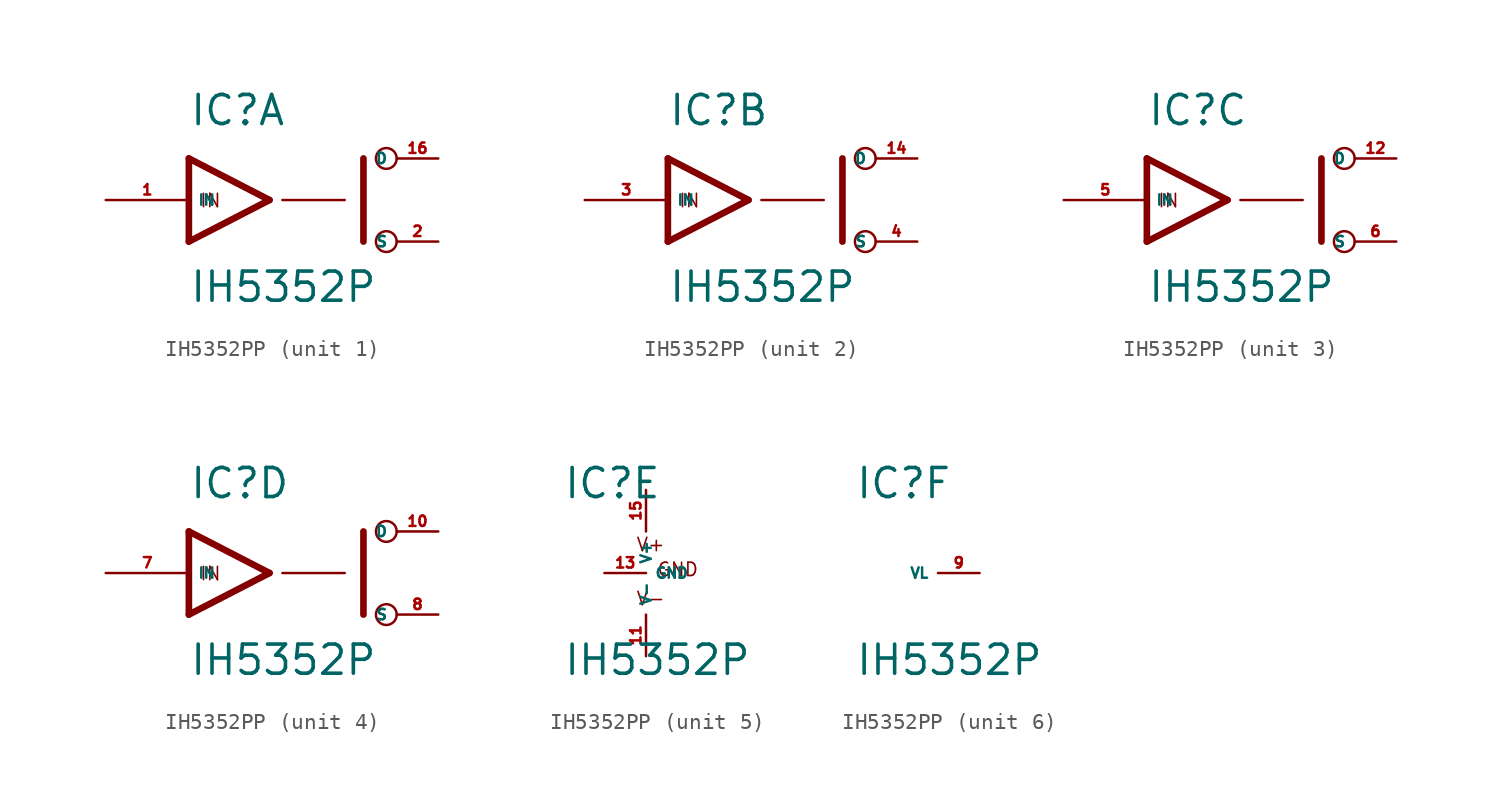
<source format=kicad_sym>
(kicad_symbol_lib
  (version 20220914)
  (generator Eagle2Kicad)
  (symbol "IH5352PP"
    (property "Reference" "IC"
      (at -5.08 4.445 0)
      (effects (font (size 1.778 1.778) (thickness 0.22)) (justify left bottom)))
    (property "Value" "IH5352P"
      (at -5.08 -6.35 0)
      (effects (font (size 1.778 1.778) (thickness 0.22)) (justify left bottom)))
    (symbol "IH5352PP_1_0"
      (polyline (pts (xy -0.152 0) (xy -5.08 2.54)) (stroke (width 0.406) (type default)) (fill (type none)))
      (polyline (pts (xy -5.08 -2.54) (xy -0.152 0)) (stroke (width 0.406) (type default)) (fill (type none)))
      (polyline (pts (xy -5.08 2.54) (xy -5.08 -2.54)) (stroke (width 0.406) (type default)) (fill (type none)))
      (polyline (pts (xy 5.588 -2.54) (xy 5.588 2.54)) (stroke (width 0.406) (type default)) (fill (type none)))
      (polyline (pts (xy 0.635 0) (xy 4.445 0)) (stroke (width 0.152) (type default)) (fill (type none)))
      (text "IN" (at -4.445 -0.508 0) (effects (font (size 0.813 0.813) (thickness 0.10)) (justify left bottom)))
      (circle (center 6.985 2.54) (radius 0.635) (stroke (width 0.152) (type default)) (fill (type none)))
      (circle (center 6.985 -2.54) (radius 0.635) (stroke (width 0.152) (type default)) (fill (type none)))
      (pin bidirectional line (at 10.16 2.54 180) (length 2.54) (name "D" (effects (font (size 0.635 0.635) (thickness 0.08)) (justify left bottom))) (number "16" (effects (font (size 0.635 0.635) (thickness 0.08)) (justify left bottom))))
      (pin input line (at -10.16 0 0) (length 5.08) (name "IN" (effects (font (size 0.635 0.635) (thickness 0.08)) (justify left bottom))) (number "1" (effects (font (size 0.635 0.635) (thickness 0.08)) (justify left bottom))))
      (pin bidirectional line (at 10.16 -2.54 180) (length 2.54) (name "S" (effects (font (size 0.635 0.635) (thickness 0.08)) (justify left bottom))) (number "2" (effects (font (size 0.635 0.635) (thickness 0.08)) (justify left bottom)))))
    (symbol "IH5352PP_2_0"
      (polyline (pts (xy -0.152 0) (xy -5.08 2.54)) (stroke (width 0.406) (type default)) (fill (type none)))
      (polyline (pts (xy -5.08 -2.54) (xy -0.152 0)) (stroke (width 0.406) (type default)) (fill (type none)))
      (polyline (pts (xy -5.08 2.54) (xy -5.08 -2.54)) (stroke (width 0.406) (type default)) (fill (type none)))
      (polyline (pts (xy 5.588 -2.54) (xy 5.588 2.54)) (stroke (width 0.406) (type default)) (fill (type none)))
      (polyline (pts (xy 0.635 0) (xy 4.445 0)) (stroke (width 0.152) (type default)) (fill (type none)))
      (text "IN" (at -4.445 -0.508 0) (effects (font (size 0.813 0.813) (thickness 0.10)) (justify left bottom)))
      (circle (center 6.985 2.54) (radius 0.635) (stroke (width 0.152) (type default)) (fill (type none)))
      (circle (center 6.985 -2.54) (radius 0.635) (stroke (width 0.152) (type default)) (fill (type none)))
      (pin bidirectional line (at 10.16 2.54 180) (length 2.54) (name "D" (effects (font (size 0.635 0.635) (thickness 0.08)) (justify left bottom))) (number "14" (effects (font (size 0.635 0.635) (thickness 0.08)) (justify left bottom))))
      (pin input line (at -10.16 0 0) (length 5.08) (name "IN" (effects (font (size 0.635 0.635) (thickness 0.08)) (justify left bottom))) (number "3" (effects (font (size 0.635 0.635) (thickness 0.08)) (justify left bottom))))
      (pin bidirectional line (at 10.16 -2.54 180) (length 2.54) (name "S" (effects (font (size 0.635 0.635) (thickness 0.08)) (justify left bottom))) (number "4" (effects (font (size 0.635 0.635) (thickness 0.08)) (justify left bottom)))))
    (symbol "IH5352PP_3_0"
      (polyline (pts (xy -0.152 0) (xy -5.08 2.54)) (stroke (width 0.406) (type default)) (fill (type none)))
      (polyline (pts (xy -5.08 -2.54) (xy -0.152 0)) (stroke (width 0.406) (type default)) (fill (type none)))
      (polyline (pts (xy -5.08 2.54) (xy -5.08 -2.54)) (stroke (width 0.406) (type default)) (fill (type none)))
      (polyline (pts (xy 5.588 -2.54) (xy 5.588 2.54)) (stroke (width 0.406) (type default)) (fill (type none)))
      (polyline (pts (xy 0.635 0) (xy 4.445 0)) (stroke (width 0.152) (type default)) (fill (type none)))
      (text "IN" (at -4.445 -0.508 0) (effects (font (size 0.813 0.813) (thickness 0.10)) (justify left bottom)))
      (circle (center 6.985 2.54) (radius 0.635) (stroke (width 0.152) (type default)) (fill (type none)))
      (circle (center 6.985 -2.54) (radius 0.635) (stroke (width 0.152) (type default)) (fill (type none)))
      (pin bidirectional line (at 10.16 2.54 180) (length 2.54) (name "D" (effects (font (size 0.635 0.635) (thickness 0.08)) (justify left bottom))) (number "12" (effects (font (size 0.635 0.635) (thickness 0.08)) (justify left bottom))))
      (pin input line (at -10.16 0 0) (length 5.08) (name "IN" (effects (font (size 0.635 0.635) (thickness 0.08)) (justify left bottom))) (number "5" (effects (font (size 0.635 0.635) (thickness 0.08)) (justify left bottom))))
      (pin bidirectional line (at 10.16 -2.54 180) (length 2.54) (name "S" (effects (font (size 0.635 0.635) (thickness 0.08)) (justify left bottom))) (number "6" (effects (font (size 0.635 0.635) (thickness 0.08)) (justify left bottom)))))
    (symbol "IH5352PP_4_0"
      (polyline (pts (xy -0.152 0) (xy -5.08 2.54)) (stroke (width 0.406) (type default)) (fill (type none)))
      (polyline (pts (xy -5.08 -2.54) (xy -0.152 0)) (stroke (width 0.406) (type default)) (fill (type none)))
      (polyline (pts (xy -5.08 2.54) (xy -5.08 -2.54)) (stroke (width 0.406) (type default)) (fill (type none)))
      (polyline (pts (xy 5.588 -2.54) (xy 5.588 2.54)) (stroke (width 0.406) (type default)) (fill (type none)))
      (polyline (pts (xy 0.635 0) (xy 4.445 0)) (stroke (width 0.152) (type default)) (fill (type none)))
      (text "IN" (at -4.445 -0.508 0) (effects (font (size 0.813 0.813) (thickness 0.10)) (justify left bottom)))
      (circle (center 6.985 2.54) (radius 0.635) (stroke (width 0.152) (type default)) (fill (type none)))
      (circle (center 6.985 -2.54) (radius 0.635) (stroke (width 0.152) (type default)) (fill (type none)))
      (pin bidirectional line (at 10.16 2.54 180) (length 2.54) (name "D" (effects (font (size 0.635 0.635) (thickness 0.08)) (justify left bottom))) (number "10" (effects (font (size 0.635 0.635) (thickness 0.08)) (justify left bottom))))
      (pin input line (at -10.16 0 0) (length 5.08) (name "IN" (effects (font (size 0.635 0.635) (thickness 0.08)) (justify left bottom))) (number "7" (effects (font (size 0.635 0.635) (thickness 0.08)) (justify left bottom))))
      (pin bidirectional line (at 10.16 -2.54 180) (length 2.54) (name "S" (effects (font (size 0.635 0.635) (thickness 0.08)) (justify left bottom))) (number "8" (effects (font (size 0.635 0.635) (thickness 0.08)) (justify left bottom)))))
    (symbol "IH5352PP_5_0"
      (text "V+" (at -0.635 1.27 0) (effects (font (size 0.813 0.813) (thickness 0.10)) (justify left bottom)))
      (text "V-" (at -0.635 -2.032 0) (effects (font (size 0.813 0.813) (thickness 0.10)) (justify left bottom)))
      (text "GND" (at 0.635 -0.254 0) (effects (font (size 0.813 0.813) (thickness 0.10)) (justify left bottom)))
      (pin unspecified line (at 0 5.08 270) (length 2.54) (name "V+" (effects (font (size 0.635 0.635) (thickness 0.08)) (justify left bottom))) (number "15" (effects (font (size 0.635 0.635) (thickness 0.08)) (justify left bottom))))
      (pin unspecified line (at 0 -5.08 90) (length 2.54) (name "V-" (effects (font (size 0.635 0.635) (thickness 0.08)) (justify left bottom))) (number "11" (effects (font (size 0.635 0.635) (thickness 0.08)) (justify left bottom))))
      (pin unspecified line (at -2.54 0 0) (length 2.54) (name "GND" (effects (font (size 0.635 0.635) (thickness 0.08)) (justify left bottom))) (number "13" (effects (font (size 0.635 0.635) (thickness 0.08)) (justify left bottom)))))
    (symbol "IH5352PP_6_0"
      (pin input line (at 2.54 0 180) (length 2.54) (name "VL" (effects (font (size 0.635 0.635) (thickness 0.08)) (justify left bottom))) (number "9" (effects (font (size 0.635 0.635) (thickness 0.08)) (justify left bottom)))))))
</source>
